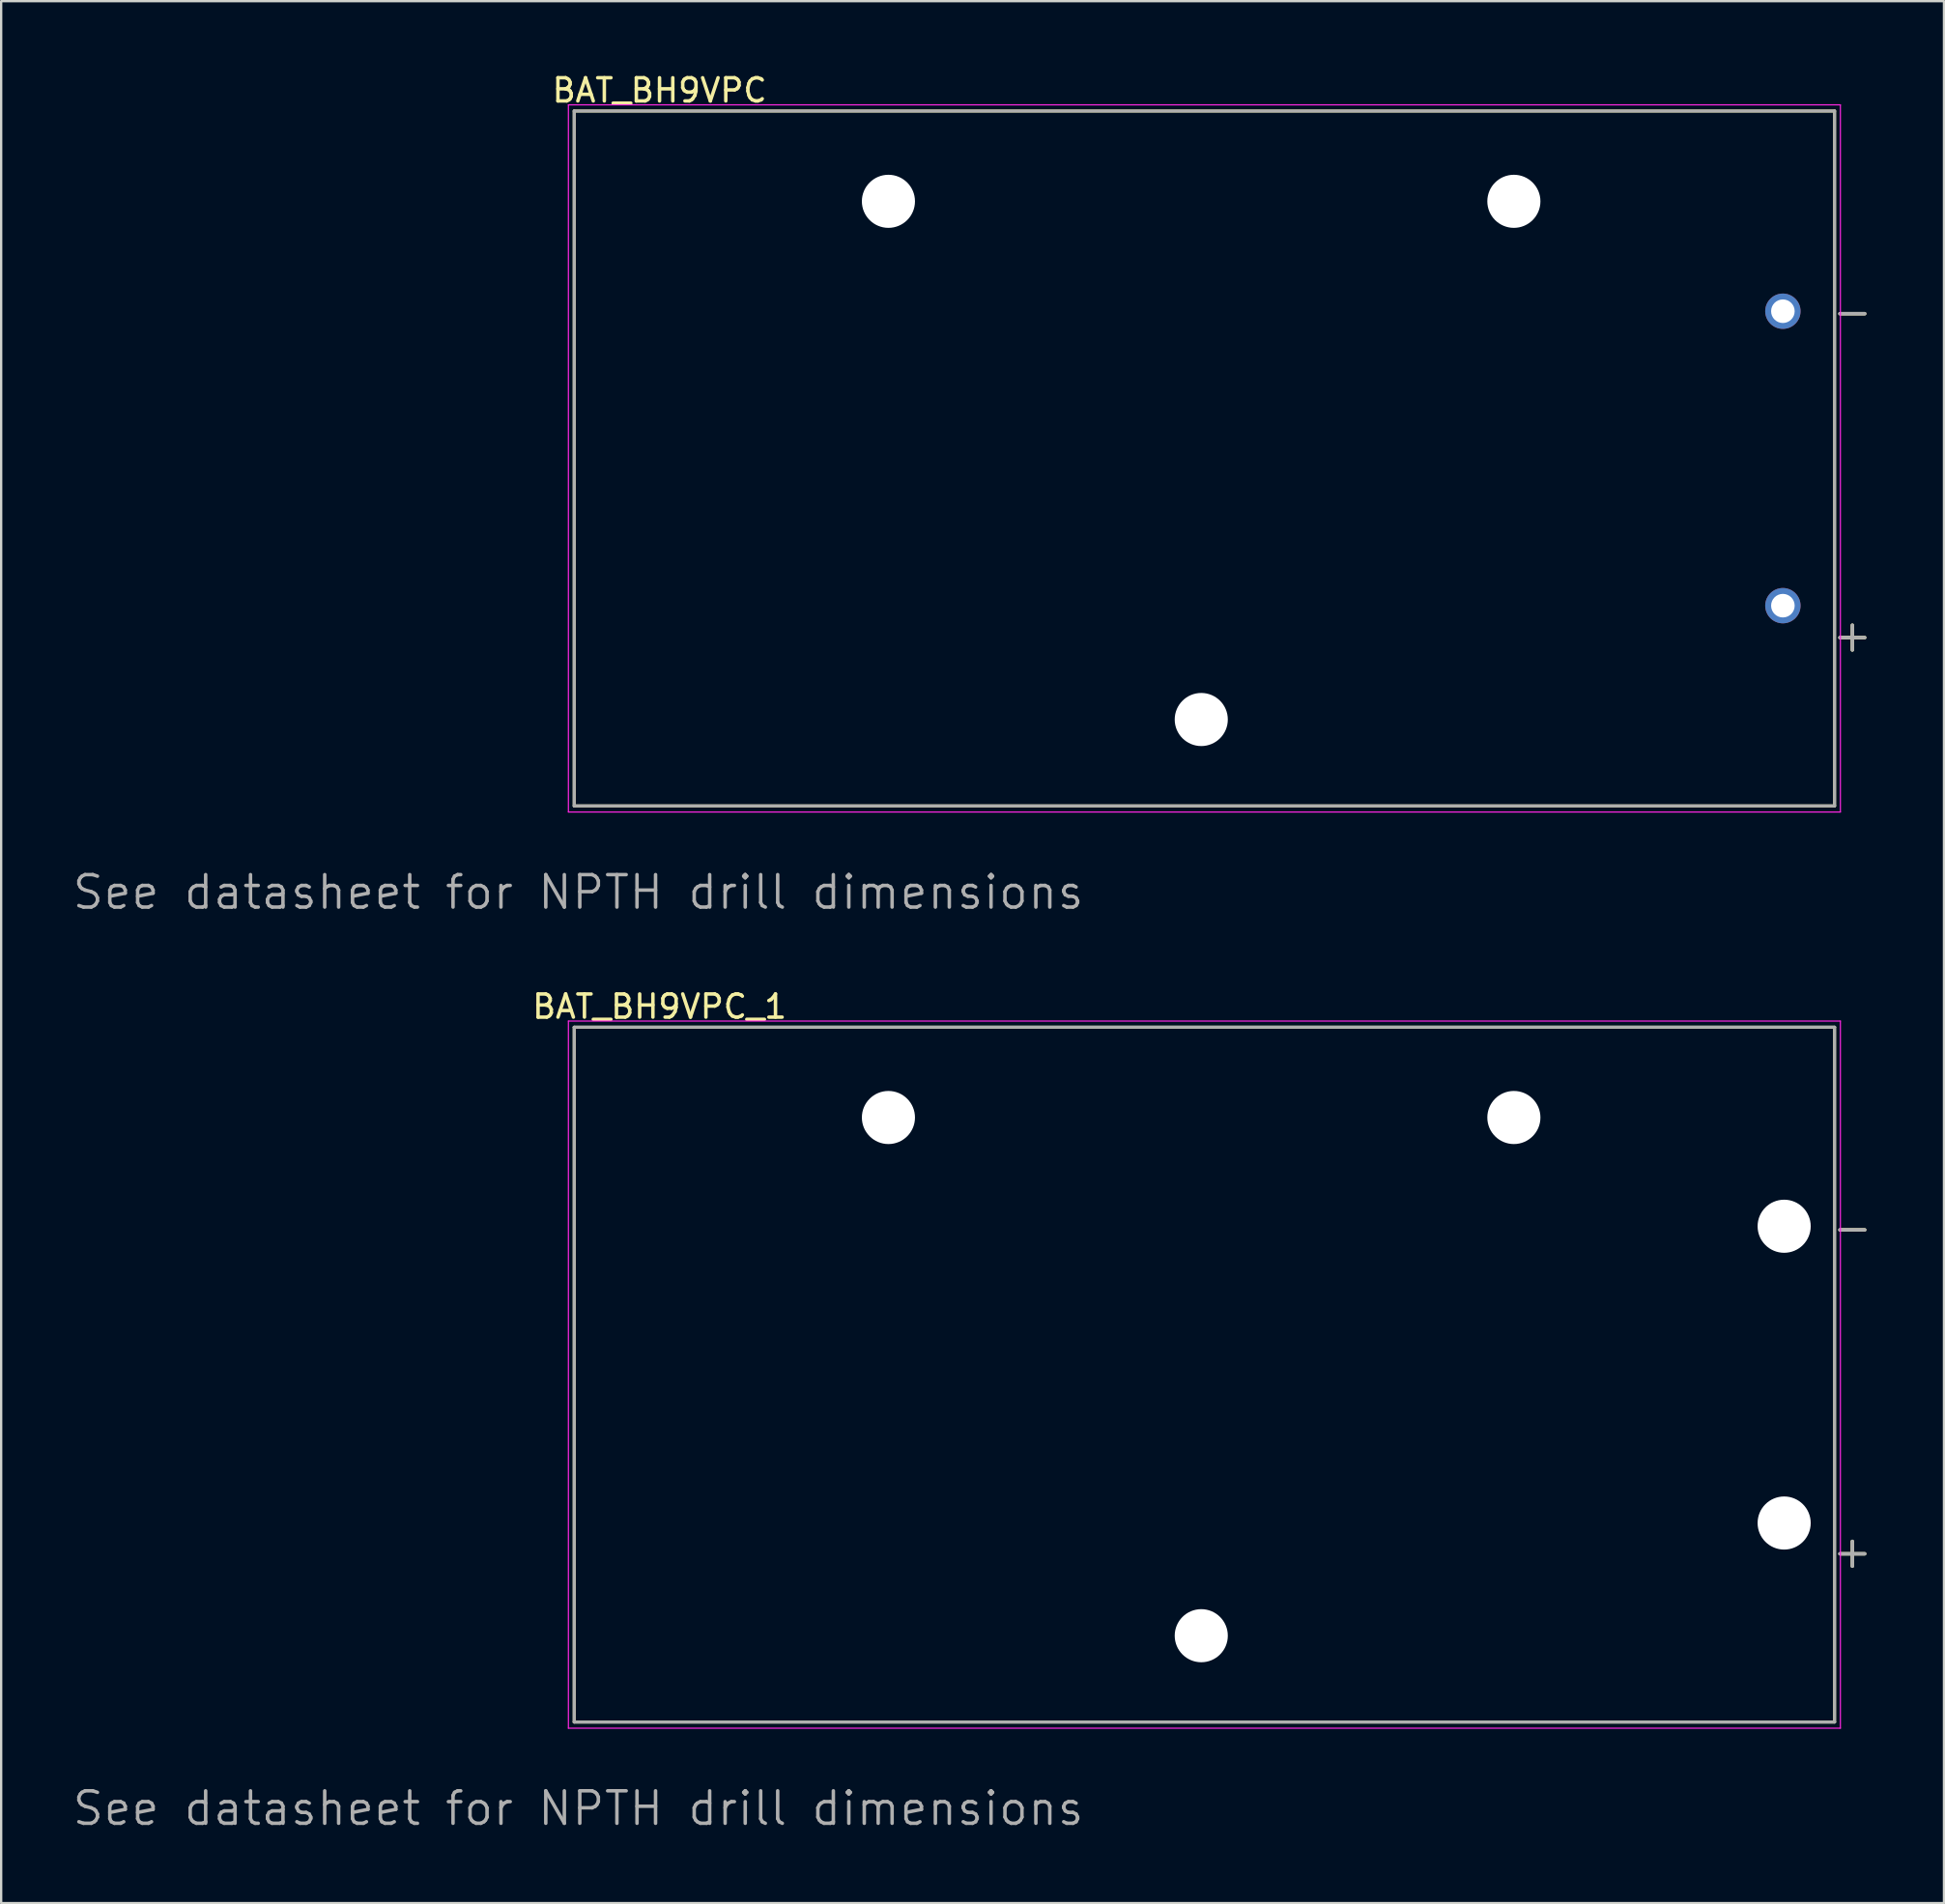
<source format=kicad_pcb>
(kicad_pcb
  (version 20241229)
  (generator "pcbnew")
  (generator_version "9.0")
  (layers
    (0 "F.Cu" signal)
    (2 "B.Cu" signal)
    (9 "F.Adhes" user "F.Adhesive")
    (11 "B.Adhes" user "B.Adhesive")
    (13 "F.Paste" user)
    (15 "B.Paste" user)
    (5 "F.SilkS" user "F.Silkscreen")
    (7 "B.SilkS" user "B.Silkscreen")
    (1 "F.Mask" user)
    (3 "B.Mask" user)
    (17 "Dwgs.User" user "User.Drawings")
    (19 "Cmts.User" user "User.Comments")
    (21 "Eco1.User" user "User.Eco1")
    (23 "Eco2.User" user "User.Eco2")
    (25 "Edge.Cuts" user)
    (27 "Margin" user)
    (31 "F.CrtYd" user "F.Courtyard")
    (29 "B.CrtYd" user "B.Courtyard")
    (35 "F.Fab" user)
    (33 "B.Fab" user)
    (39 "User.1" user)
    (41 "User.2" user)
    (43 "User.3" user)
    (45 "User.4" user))
  (footprint "BAT_BH9VPC_1"
    (layer "F.Cu")
    (at 48.885 56.239)
    (property "Reference" "BAT_BH9VPC_1" (at -23.495 -15.875 0) (layer "F.SilkS") (effects (font (size 1 1) (thickness 0.15))))
    (attr through_hole)
    (fp_line (start -27.175 -14.985) (end 27.175 -14.985) (stroke (width 0.127) (type solid)) (layer "F.SilkS"))
    (fp_line (start -27.175 14.985) (end -27.175 -14.985) (stroke (width 0.127) (type solid)) (layer "F.SilkS"))
    (fp_line (start 27.175 -14.985) (end 27.175 14.985) (stroke (width 0.127) (type solid)) (layer "F.SilkS"))
    (fp_line (start 27.175 14.985) (end -27.175 14.985) (stroke (width 0.127) (type solid)) (layer "F.SilkS"))
    (fp_line (start -27.425 -15.25) (end 27.425 -15.25) (stroke (width 0.05) (type solid)) (layer "F.CrtYd"))
    (fp_line (start -27.425 15.25) (end -27.425 -15.25) (stroke (width 0.05) (type solid)) (layer "F.CrtYd"))
    (fp_line (start 27.425 -15.25) (end 27.425 15.25) (stroke (width 0.05) (type solid)) (layer "F.CrtYd"))
    (fp_line (start 27.425 15.25) (end -27.425 15.25) (stroke (width 0.05) (type solid)) (layer "F.CrtYd"))
    (fp_line (start -27.175 -14.985) (end 27.175 -14.985) (stroke (width 0.127) (type solid)) (layer "F.Fab"))
    (fp_line (start -27.175 14.985) (end -27.175 -14.985) (stroke (width 0.127) (type solid)) (layer "F.Fab"))
    (fp_line (start 27.175 -14.985) (end 27.175 14.985) (stroke (width 0.127) (type solid)) (layer "F.Fab"))
    (fp_line (start 27.175 14.985) (end -27.175 14.985) (stroke (width 0.127) (type solid)) (layer "F.Fab"))
    (fp_text user "-" (at 27.94 -6.35 0) (layer "F.SilkS") (effects (font (size 1.4 1.4) (thickness 0.15))))
    (fp_text user "+" (at 27.94 7.62 0) (layer "F.SilkS") (effects (font (size 1.4 1.4) (thickness 0.15))))
    (fp_text user "+" (at 27.94 7.62 0) (layer "F.Fab") (effects (font (size 1.4 1.4) (thickness 0.15))))
    (fp_text user "-" (at 27.94 -6.35 0) (layer "F.Fab") (effects (font (size 1.4 1.4) (thickness 0.15))))
    (fp_text user "See datasheet for NPTH drill dimensions" (at -27 18.71 0) (layer "F.Fab") (effects (font (size 1.4 1.4) (thickness 0.15))))
    (pad "" np_thru_hole circle (at -13.625 -11.09) (size 2.29 2.29) (drill 2.29) (layers "*.Cu" "*.Mask"))
    (pad "" np_thru_hole circle (at -0.135 11.26) (size 2.29 2.29) (drill 2.29) (layers "*.Cu" "*.Mask"))
    (pad "" np_thru_hole circle (at 13.345 -11.09) (size 2.29 2.29) (drill 2.29) (layers "*.Cu" "*.Mask"))
    (pad "" np_thru_hole circle (at 25 -6.4) (size 2.29 2.29) (drill 2.29) (layers "*.Cu" "*.Mask"))
    (pad "" np_thru_hole circle (at 25 6.4) (size 2.29 2.29) (drill 2.29) (layers "*.Cu" "*.Mask")))
  (footprint "BAT_BH9VPC"
    (layer "F.Cu")
    (at 48.885 16.723)
    (property "Reference" "BAT_BH9VPC" (at -23.495 -15.875 0) (layer "F.SilkS") (effects (font (size 1 1) (thickness 0.15))))
    (attr through_hole)
    (fp_line (start -27.175 -14.985) (end 27.175 -14.985) (stroke (width 0.127) (type solid)) (layer "F.SilkS"))
    (fp_line (start -27.175 14.985) (end -27.175 -14.985) (stroke (width 0.127) (type solid)) (layer "F.SilkS"))
    (fp_line (start 27.175 -14.985) (end 27.175 14.985) (stroke (width 0.127) (type solid)) (layer "F.SilkS"))
    (fp_line (start 27.175 14.985) (end -27.175 14.985) (stroke (width 0.127) (type solid)) (layer "F.SilkS"))
    (fp_line (start -27.425 -15.25) (end 27.425 -15.25) (stroke (width 0.05) (type solid)) (layer "F.CrtYd"))
    (fp_line (start -27.425 15.25) (end -27.425 -15.25) (stroke (width 0.05) (type solid)) (layer "F.CrtYd"))
    (fp_line (start 27.425 -15.25) (end 27.425 15.25) (stroke (width 0.05) (type solid)) (layer "F.CrtYd"))
    (fp_line (start 27.425 15.25) (end -27.425 15.25) (stroke (width 0.05) (type solid)) (layer "F.CrtYd"))
    (fp_line (start -27.175 -14.985) (end 27.175 -14.985) (stroke (width 0.127) (type solid)) (layer "F.Fab"))
    (fp_line (start -27.175 14.985) (end -27.175 -14.985) (stroke (width 0.127) (type solid)) (layer "F.Fab"))
    (fp_line (start 27.175 -14.985) (end 27.175 14.985) (stroke (width 0.127) (type solid)) (layer "F.Fab"))
    (fp_line (start 27.175 14.985) (end -27.175 14.985) (stroke (width 0.127) (type solid)) (layer "F.Fab"))
    (fp_text user "-" (at 27.94 -6.35 0) (layer "F.SilkS") (effects (font (size 1.4 1.4) (thickness 0.15))))
    (fp_text user "+" (at 27.94 7.62 0) (layer "F.SilkS") (effects (font (size 1.4 1.4) (thickness 0.15))))
    (fp_text user "See datasheet for NPTH drill dimensions" (at -27 18.71 0) (layer "F.Fab") (effects (font (size 1.4 1.4) (thickness 0.15))))
    (fp_text user "-" (at 27.94 -6.35 0) (layer "F.Fab") (effects (font (size 1.4 1.4) (thickness 0.15))))
    (fp_text user "+" (at 27.94 7.62 0) (layer "F.Fab") (effects (font (size 1.4 1.4) (thickness 0.15))))
    (pad "" np_thru_hole circle (at -13.625 -11.09) (size 2.29 2.29) (drill 2.29) (layers "*.Cu" "*.Mask"))
    (pad "" np_thru_hole circle (at -0.135 11.26) (size 2.29 2.29) (drill 2.29) (layers "*.Cu" "*.Mask"))
    (pad "" np_thru_hole circle (at 13.345 -11.09) (size 2.29 2.29) (drill 2.29) (layers "*.Cu" "*.Mask"))
    (pad "+" thru_hole circle (at 24.945 6.35) (size 1.524 1.524) (drill 1.016) (layers "*.Cu" "*.Mask"))
    (pad "-" thru_hole circle (at 24.945 -6.35) (size 1.524 1.524) (drill 1.016) (layers "*.Cu" "*.Mask")))
  (gr_rect
    (start -3 -3)
    (end 80.777 79.031)
    (stroke (width 0.1) (type default))
    (fill no)
    (layer "Edge.Cuts")))
</source>
